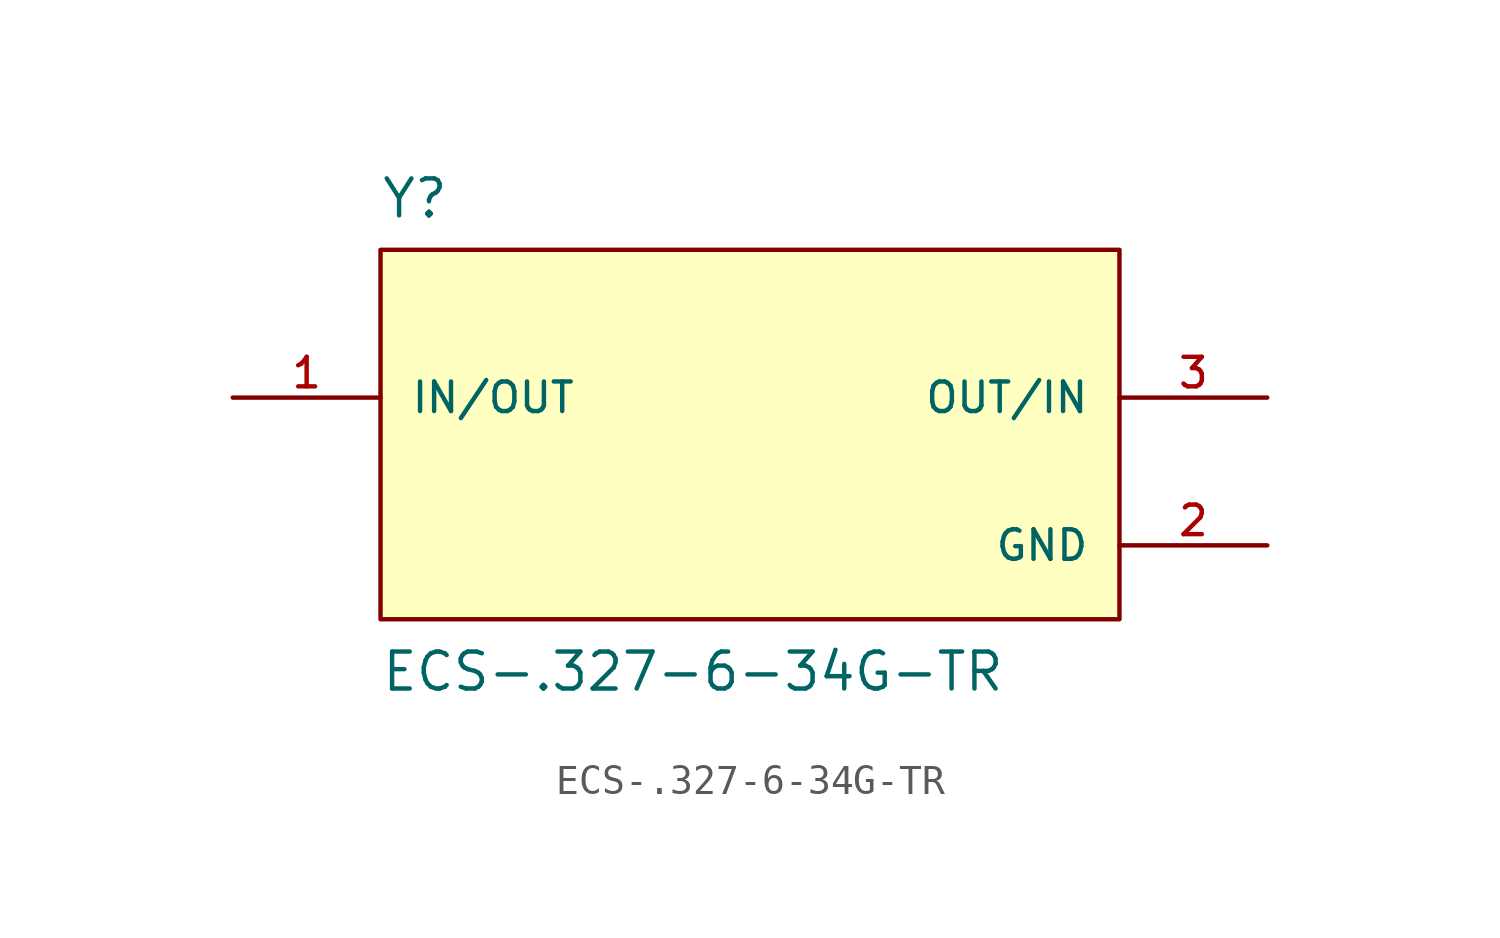
<source format=kicad_sym>
(kicad_symbol_lib
  (version 20211014)
  (generator kicad_symbol_editor)
  (symbol "ECS-.327-6-34G-TR"
    (pin_names
      (offset 1.016))
    (property "Reference" "Y"
      (at -12.707 8.641 0)
      (effects (font (size 1.27 1.27)) (justify bottom left)))
    (property "Value" "ECS-.327-6-34G-TR"
      (at -12.705 -7.623 0)
      (effects (font (size 1.27 1.27)) (justify bottom left)))
    (symbol "ECS-.327-6-34G-TR_0_0"
      (rectangle (start -12.7 -5.08) (end 12.7 7.62) (stroke (width 0.152)) (fill (type background)))
      (pin bidirectional line (at 17.78 2.54 180.0) (length 5.08) (name "OUT/IN" (effects (font (size 1.016 1.016)))) (number "3" (effects (font (size 1.016 1.016)))))
      (pin bidirectional line (at -17.78 2.54 0) (length 5.08) (name "IN/OUT" (effects (font (size 1.016 1.016)))) (number "1" (effects (font (size 1.016 1.016)))))
      (pin power_in line (at 17.78 -2.54 180.0) (length 5.08) (name "GND" (effects (font (size 1.016 1.016)))) (number "2" (effects (font (size 1.016 1.016))))))))
</source>
